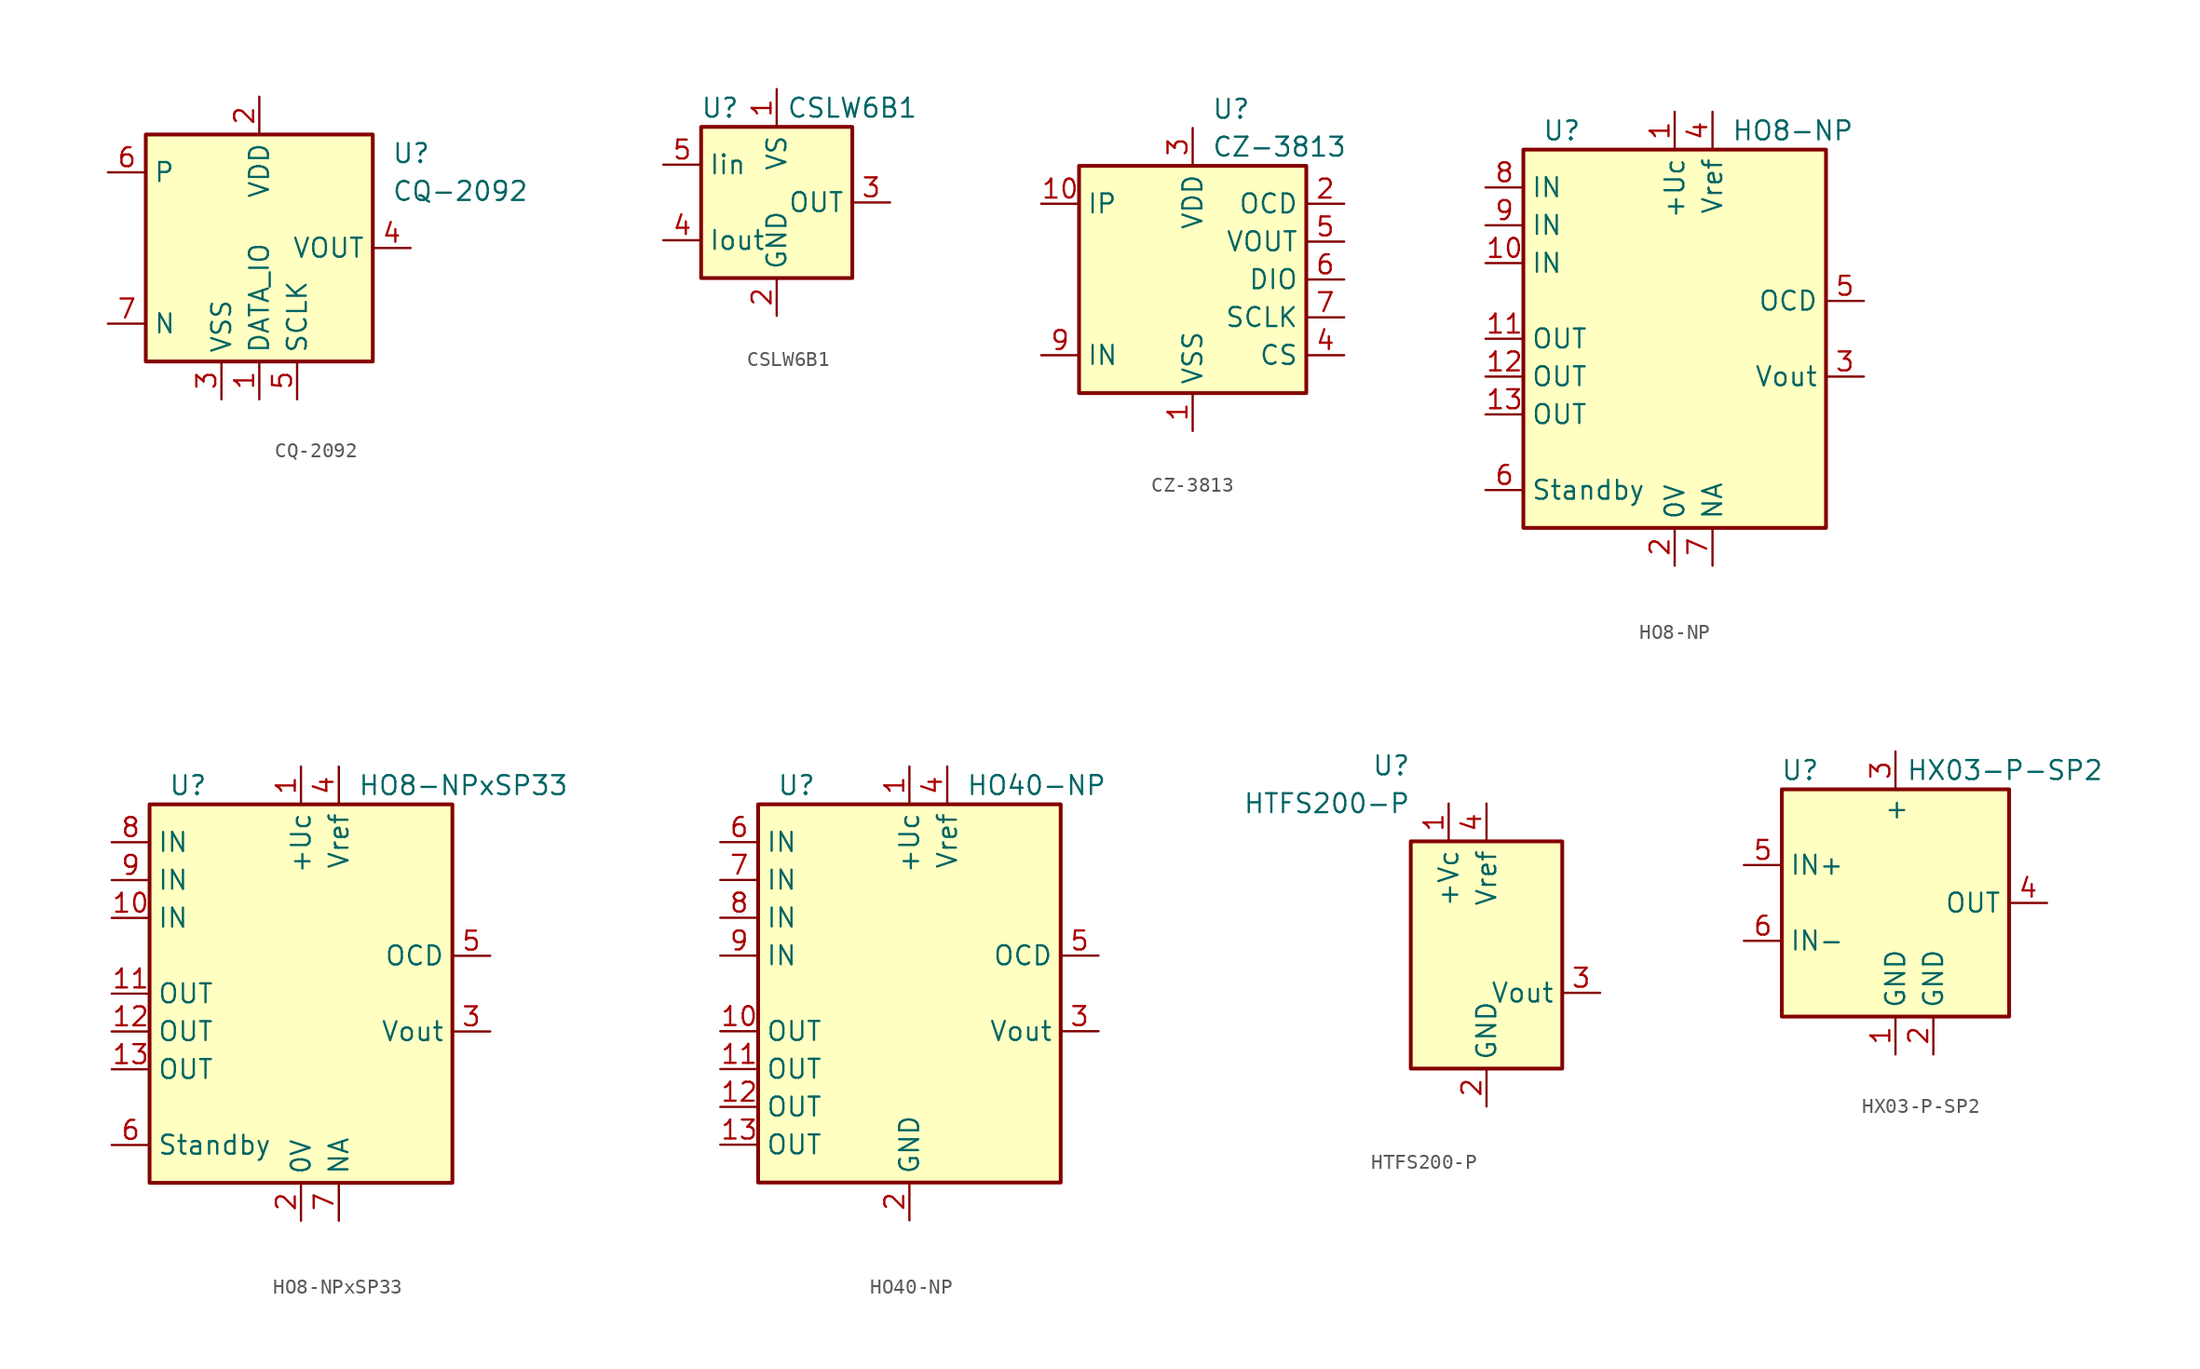
<source format=kicad_sym>
(kicad_symbol_lib
  (version 20211014)
  (generator kicad_symbol_editor)
  (symbol "CQ-2092"
    (property "Reference" "U"
      (at 8.89 6.35 0)
      (effects (font (size 1.27 1.27)) (justify left)))
    (property "Value" "CQ-2092"
      (at 8.89 3.81 0)
      (effects (font (size 1.27 1.27)) (justify left)))
    (symbol "CQ-2092_0_1"
      (rectangle (start -7.62 7.62) (end 7.62 -7.62) (stroke (width 0.254) (type default) (color 0 0 0 0)) (fill (type background))))
    (symbol "CQ-2092_1_1"
      (pin power_in line (at 0 -10.16 90) (length 2.54) (name "DATA_IO" (effects (font (size 1.27 1.27)))) (number "1" (effects (font (size 1.27 1.27)))))
      (pin power_in line (at 0 10.16 270) (length 2.54) (name "VDD" (effects (font (size 1.27 1.27)))) (number "2" (effects (font (size 1.27 1.27)))))
      (pin power_in line (at -2.54 -10.16 90) (length 2.54) (name "VSS" (effects (font (size 1.27 1.27)))) (number "3" (effects (font (size 1.27 1.27)))))
      (pin output line (at 10.16 0 180) (length 2.54) (name "VOUT" (effects (font (size 1.27 1.27)))) (number "4" (effects (font (size 1.27 1.27)))))
      (pin power_in line (at 2.54 -10.16 90) (length 2.54) (name "SCLK" (effects (font (size 1.27 1.27)))) (number "5" (effects (font (size 1.27 1.27)))))
      (pin passive line (at -10.16 5.08 0) (length 2.54) (name "P" (effects (font (size 1.27 1.27)))) (number "6" (effects (font (size 1.27 1.27)))))
      (pin passive line (at -10.16 -5.08 0) (length 2.54) (name "N" (effects (font (size 1.27 1.27)))) (number "7" (effects (font (size 1.27 1.27)))))))
  (symbol "CSLW6B1"
    (property "Reference" "U"
      (at -3.81 6.35 0)
      (effects (font (size 1.27 1.27))))
    (property "Value" "CSLW6B1"
      (at 5.08 6.35 0)
      (effects (font (size 1.27 1.27))))
    (symbol "CSLW6B1_0_1"
      (rectangle (start -5.08 5.08) (end 5.08 -5.08) (stroke (width 0.254) (type default) (color 0 0 0 0)) (fill (type background))))
    (symbol "CSLW6B1_1_1"
      (pin power_in line (at 0 7.62 270) (length 2.54) (name "VS" (effects (font (size 1.27 1.27)))) (number "1" (effects (font (size 1.27 1.27)))))
      (pin power_in line (at 0 -7.62 90) (length 2.54) (name "GND" (effects (font (size 1.27 1.27)))) (number "2" (effects (font (size 1.27 1.27)))))
      (pin output line (at 7.62 0 180) (length 2.54) (name "OUT" (effects (font (size 1.27 1.27)))) (number "3" (effects (font (size 1.27 1.27)))))
      (pin passive line (at -7.62 -2.54 0) (length 2.54) (name "Iout" (effects (font (size 1.27 1.27)))) (number "4" (effects (font (size 1.27 1.27)))))
      (pin passive line (at -7.62 2.54 0) (length 2.54) (name "Iin" (effects (font (size 1.27 1.27)))) (number "5" (effects (font (size 1.27 1.27)))))))
  (symbol "CZ-3813"
    (property "Reference" "U"
      (at 1.27 11.43 0)
      (effects (font (size 1.27 1.27)) (justify left)))
    (property "Value" "CZ-3813"
      (at 1.27 8.89 0)
      (effects (font (size 1.27 1.27)) (justify left)))
    (symbol "CZ-3813_0_1"
      (rectangle (start -7.62 7.62) (end 7.62 -7.62) (stroke (width 0.254) (type default) (color 0 0 0 0)) (fill (type background))))
    (symbol "CZ-3813_1_1"
      (pin power_in line (at 0 -10.16 90) (length 2.54) (name "VSS" (effects (font (size 1.27 1.27)))) (number "1" (effects (font (size 1.27 1.27)))))
      (pin passive line (at -10.16 5.08 0) (length 2.54) (name "IP" (effects (font (size 1.27 1.27)))) (number "10" (effects (font (size 1.27 1.27)))))
      (pin output line (at 10.16 5.08 180) (length 2.54) (name "OCD" (effects (font (size 1.27 1.27)))) (number "2" (effects (font (size 1.27 1.27)))))
      (pin power_in line (at 0 10.16 270) (length 2.54) (name "VDD" (effects (font (size 1.27 1.27)))) (number "3" (effects (font (size 1.27 1.27)))))
      (pin input line (at 10.16 -5.08 180) (length 2.54) (name "CS" (effects (font (size 1.27 1.27)))) (number "4" (effects (font (size 1.27 1.27)))))
      (pin output line (at 10.16 2.54 180) (length 2.54) (name "VOUT" (effects (font (size 1.27 1.27)))) (number "5" (effects (font (size 1.27 1.27)))))
      (pin bidirectional line (at 10.16 0 180) (length 2.54) (name "DIO" (effects (font (size 1.27 1.27)))) (number "6" (effects (font (size 1.27 1.27)))))
      (pin input line (at 10.16 -2.54 180) (length 2.54) (name "SCLK" (effects (font (size 1.27 1.27)))) (number "7" (effects (font (size 1.27 1.27)))))
      (pin passive line (at 0 -10.16 90) (length 2.54) hide (name "VSS" (effects (font (size 1.27 1.27)))) (number "8" (effects (font (size 1.27 1.27)))))
      (pin passive line (at -10.16 -5.08 0) (length 2.54) (name "IN" (effects (font (size 1.27 1.27)))) (number "9" (effects (font (size 1.27 1.27)))))))
  (symbol "HO8-NP"
    (property "Reference" "U"
      (at -8.89 13.97 0)
      (effects (font (size 1.27 1.27)) (justify left)))
    (property "Value" "HO8-NP"
      (at 3.81 13.97 0)
      (effects (font (size 1.27 1.27)) (justify left)))
    (symbol "HO8-NP_0_1"
      (rectangle (start -10.16 12.7) (end 10.16 -12.7) (stroke (width 0.254) (type default) (color 0 0 0 0)) (fill (type background))))
    (symbol "HO8-NP_1_1"
      (pin power_in line (at 0 15.24 270) (length 2.54) (name "+Uc" (effects (font (size 1.27 1.27)))) (number "1" (effects (font (size 1.27 1.27)))))
      (pin passive line (at -12.7 5.08 0) (length 2.54) (name "IN" (effects (font (size 1.27 1.27)))) (number "10" (effects (font (size 1.27 1.27)))))
      (pin passive line (at -12.7 0 0) (length 2.54) (name "OUT" (effects (font (size 1.27 1.27)))) (number "11" (effects (font (size 1.27 1.27)))))
      (pin passive line (at -12.7 -2.54 0) (length 2.54) (name "OUT" (effects (font (size 1.27 1.27)))) (number "12" (effects (font (size 1.27 1.27)))))
      (pin passive line (at -12.7 -5.08 0) (length 2.54) (name "OUT" (effects (font (size 1.27 1.27)))) (number "13" (effects (font (size 1.27 1.27)))))
      (pin power_in line (at 0 -15.24 90) (length 2.54) (name "0V" (effects (font (size 1.27 1.27)))) (number "2" (effects (font (size 1.27 1.27)))))
      (pin output line (at 12.7 -2.54 180) (length 2.54) (name "Vout" (effects (font (size 1.27 1.27)))) (number "3" (effects (font (size 1.27 1.27)))))
      (pin passive line (at 2.54 15.24 270) (length 2.54) (name "Vref" (effects (font (size 1.27 1.27)))) (number "4" (effects (font (size 1.27 1.27)))))
      (pin open_collector line (at 12.7 2.54 180) (length 2.54) (name "OCD" (effects (font (size 1.27 1.27)))) (number "5" (effects (font (size 1.27 1.27)))))
      (pin input line (at -12.7 -10.16 0) (length 2.54) (name "Standby" (effects (font (size 1.27 1.27)))) (number "6" (effects (font (size 1.27 1.27)))))
      (pin passive line (at 2.54 -15.24 90) (length 2.54) (name "NA" (effects (font (size 1.27 1.27)))) (number "7" (effects (font (size 1.27 1.27)))))
      (pin passive line (at -12.7 10.16 0) (length 2.54) (name "IN" (effects (font (size 1.27 1.27)))) (number "8" (effects (font (size 1.27 1.27)))))
      (pin passive line (at -12.7 7.62 0) (length 2.54) (name "IN" (effects (font (size 1.27 1.27)))) (number "9" (effects (font (size 1.27 1.27)))))))
  (symbol "HO8-NPxSP33"
    (property "Reference" "U"
      (at -8.89 13.97 0)
      (effects (font (size 1.27 1.27)) (justify left)))
    (property "Value" "HO8-NPxSP33"
      (at 3.81 13.97 0)
      (effects (font (size 1.27 1.27)) (justify left)))
    (symbol "HO8-NPxSP33_0_1"
      (rectangle (start -10.16 12.7) (end 10.16 -12.7) (stroke (width 0.254) (type default) (color 0 0 0 0)) (fill (type background))))
    (symbol "HO8-NPxSP33_1_1"
      (pin power_in line (at 0 15.24 270) (length 2.54) (name "+Uc" (effects (font (size 1.27 1.27)))) (number "1" (effects (font (size 1.27 1.27)))))
      (pin passive line (at -12.7 5.08 0) (length 2.54) (name "IN" (effects (font (size 1.27 1.27)))) (number "10" (effects (font (size 1.27 1.27)))))
      (pin passive line (at -12.7 0 0) (length 2.54) (name "OUT" (effects (font (size 1.27 1.27)))) (number "11" (effects (font (size 1.27 1.27)))))
      (pin passive line (at -12.7 -2.54 0) (length 2.54) (name "OUT" (effects (font (size 1.27 1.27)))) (number "12" (effects (font (size 1.27 1.27)))))
      (pin passive line (at -12.7 -5.08 0) (length 2.54) (name "OUT" (effects (font (size 1.27 1.27)))) (number "13" (effects (font (size 1.27 1.27)))))
      (pin power_in line (at 0 -15.24 90) (length 2.54) (name "0V" (effects (font (size 1.27 1.27)))) (number "2" (effects (font (size 1.27 1.27)))))
      (pin output line (at 12.7 -2.54 180) (length 2.54) (name "Vout" (effects (font (size 1.27 1.27)))) (number "3" (effects (font (size 1.27 1.27)))))
      (pin passive line (at 2.54 15.24 270) (length 2.54) (name "Vref" (effects (font (size 1.27 1.27)))) (number "4" (effects (font (size 1.27 1.27)))))
      (pin open_collector line (at 12.7 2.54 180) (length 2.54) (name "OCD" (effects (font (size 1.27 1.27)))) (number "5" (effects (font (size 1.27 1.27)))))
      (pin input line (at -12.7 -10.16 0) (length 2.54) (name "Standby" (effects (font (size 1.27 1.27)))) (number "6" (effects (font (size 1.27 1.27)))))
      (pin passive line (at 2.54 -15.24 90) (length 2.54) (name "NA" (effects (font (size 1.27 1.27)))) (number "7" (effects (font (size 1.27 1.27)))))
      (pin passive line (at -12.7 10.16 0) (length 2.54) (name "IN" (effects (font (size 1.27 1.27)))) (number "8" (effects (font (size 1.27 1.27)))))
      (pin passive line (at -12.7 7.62 0) (length 2.54) (name "IN" (effects (font (size 1.27 1.27)))) (number "9" (effects (font (size 1.27 1.27)))))))
  (symbol "HO40-NP"
    (property "Reference" "U"
      (at -8.89 13.97 0)
      (effects (font (size 1.27 1.27)) (justify left)))
    (property "Value" "HO40-NP"
      (at 3.81 13.97 0)
      (effects (font (size 1.27 1.27)) (justify left)))
    (symbol "HO40-NP_0_1"
      (rectangle (start -10.16 12.7) (end 10.16 -12.7) (stroke (width 0.254) (type default) (color 0 0 0 0)) (fill (type background))))
    (symbol "HO40-NP_1_1"
      (pin power_in line (at 0 15.24 270) (length 2.54) (name "+Uc" (effects (font (size 1.27 1.27)))) (number "1" (effects (font (size 1.27 1.27)))))
      (pin passive line (at -12.7 -2.54 0) (length 2.54) (name "OUT" (effects (font (size 1.27 1.27)))) (number "10" (effects (font (size 1.27 1.27)))))
      (pin passive line (at -12.7 -5.08 0) (length 2.54) (name "OUT" (effects (font (size 1.27 1.27)))) (number "11" (effects (font (size 1.27 1.27)))))
      (pin passive line (at -12.7 -7.62 0) (length 2.54) (name "OUT" (effects (font (size 1.27 1.27)))) (number "12" (effects (font (size 1.27 1.27)))))
      (pin passive line (at -12.7 -10.16 0) (length 2.54) (name "OUT" (effects (font (size 1.27 1.27)))) (number "13" (effects (font (size 1.27 1.27)))))
      (pin power_in line (at 0 -15.24 90) (length 2.54) (name "GND" (effects (font (size 1.27 1.27)))) (number "2" (effects (font (size 1.27 1.27)))))
      (pin output line (at 12.7 -2.54 180) (length 2.54) (name "Vout" (effects (font (size 1.27 1.27)))) (number "3" (effects (font (size 1.27 1.27)))))
      (pin passive line (at 2.54 15.24 270) (length 2.54) (name "Vref" (effects (font (size 1.27 1.27)))) (number "4" (effects (font (size 1.27 1.27)))))
      (pin open_collector line (at 12.7 2.54 180) (length 2.54) (name "OCD" (effects (font (size 1.27 1.27)))) (number "5" (effects (font (size 1.27 1.27)))))
      (pin passive line (at -12.7 10.16 0) (length 2.54) (name "IN" (effects (font (size 1.27 1.27)))) (number "6" (effects (font (size 1.27 1.27)))))
      (pin passive line (at -12.7 7.62 0) (length 2.54) (name "IN" (effects (font (size 1.27 1.27)))) (number "7" (effects (font (size 1.27 1.27)))))
      (pin passive line (at -12.7 5.08 0) (length 2.54) (name "IN" (effects (font (size 1.27 1.27)))) (number "8" (effects (font (size 1.27 1.27)))))
      (pin passive line (at -12.7 2.54 0) (length 2.54) (name "IN" (effects (font (size 1.27 1.27)))) (number "9" (effects (font (size 1.27 1.27)))))))
  (symbol "HTFS200-P"
    (property "Reference" "U"
      (at 0 12.7 0)
      (effects (font (size 1.27 1.27)) (justify right)))
    (property "Value" "HTFS200-P"
      (at 0 10.16 0)
      (effects (font (size 1.27 1.27)) (justify right)))
    (symbol "HTFS200-P_0_1"
      (rectangle (start 0 7.62) (end 10.16 -7.62) (stroke (width 0.254) (type default) (color 0 0 0 0)) (fill (type background))))
    (symbol "HTFS200-P_1_1"
      (pin power_in line (at 2.54 10.16 270) (length 2.54) (name "+Vc" (effects (font (size 1.27 1.27)))) (number "1" (effects (font (size 1.27 1.27)))))
      (pin power_in line (at 5.08 -10.16 90) (length 2.54) (name "GND" (effects (font (size 1.27 1.27)))) (number "2" (effects (font (size 1.27 1.27)))))
      (pin output line (at 12.7 -2.54 180) (length 2.54) (name "Vout" (effects (font (size 1.27 1.27)))) (number "3" (effects (font (size 1.27 1.27)))))
      (pin passive line (at 5.08 10.16 270) (length 2.54) (name "Vref" (effects (font (size 1.27 1.27)))) (number "4" (effects (font (size 1.27 1.27)))))))
  (symbol "HX03-P-SP2"
    (property "Reference" "U"
      (at -5.08 8.89 0)
      (effects (font (size 1.27 1.27)) (justify right)))
    (property "Value" "HX03-P-SP2"
      (at 13.97 8.89 0)
      (effects (font (size 1.27 1.27)) (justify right)))
    (symbol "HX03-P-SP2_0_1"
      (rectangle (start -7.62 7.62) (end 7.62 -7.62) (stroke (width 0.254) (type default) (color 0 0 0 0)) (fill (type background))))
    (symbol "HX03-P-SP2_1_1"
      (pin power_in line (at 0 -10.16 90) (length 2.54) (name "GND" (effects (font (size 1.27 1.27)))) (number "1" (effects (font (size 1.27 1.27)))))
      (pin power_in line (at 2.54 -10.16 90) (length 2.54) (name "GND" (effects (font (size 1.27 1.27)))) (number "2" (effects (font (size 1.27 1.27)))))
      (pin power_in line (at 0 10.16 270) (length 2.54) (name "+" (effects (font (size 1.27 1.27)))) (number "3" (effects (font (size 1.27 1.27)))))
      (pin output line (at 10.16 0 180) (length 2.54) (name "OUT" (effects (font (size 1.27 1.27)))) (number "4" (effects (font (size 1.27 1.27)))))
      (pin passive line (at -10.16 2.54 0) (length 2.54) (name "IN+" (effects (font (size 1.27 1.27)))) (number "5" (effects (font (size 1.27 1.27)))))
      (pin passive line (at -10.16 -2.54 0) (length 2.54) (name "IN-" (effects (font (size 1.27 1.27)))) (number "6" (effects (font (size 1.27 1.27))))))))
</source>
